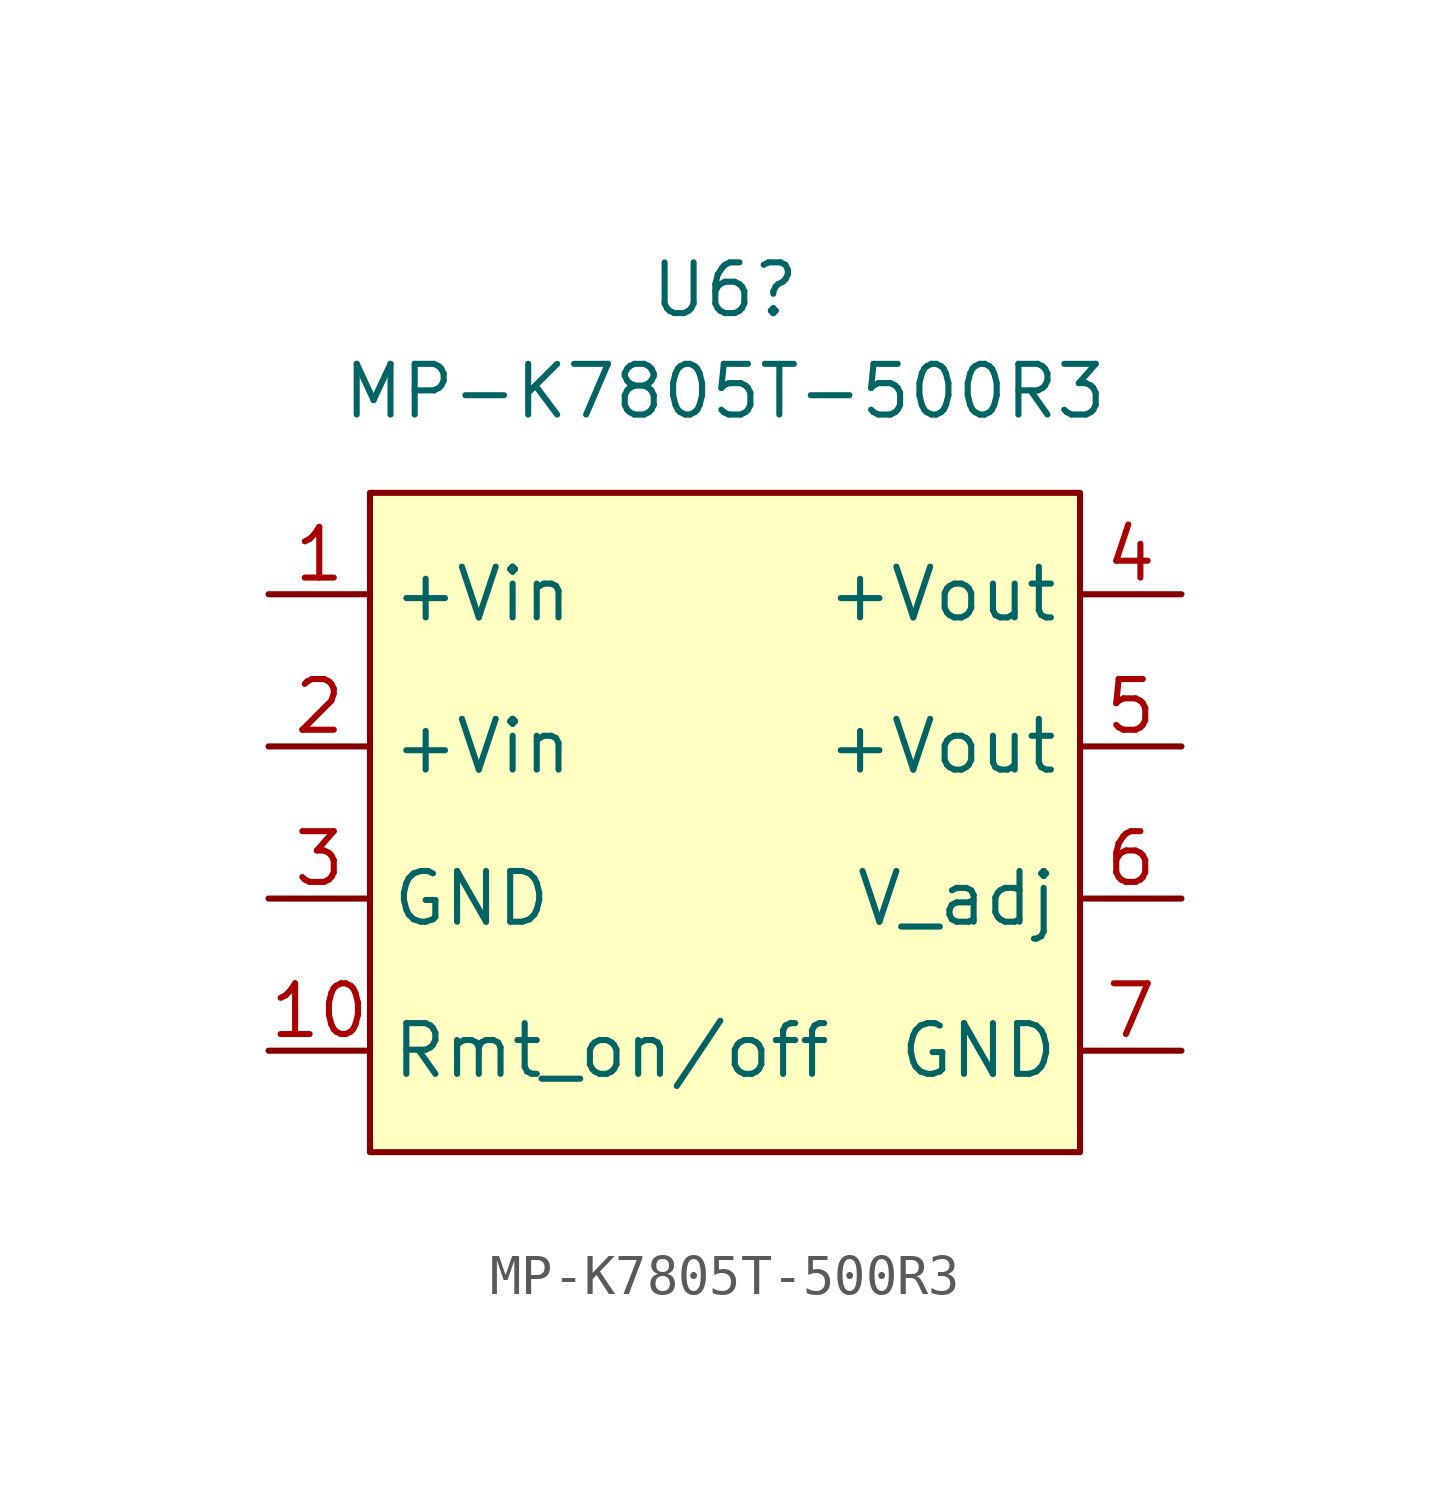
<source format=kicad_sym>
(kicad_symbol_lib
  (version 20211014)
  (generator kicad_symbol_editor)
  (symbol "MP-K7805T-500R3"
    (property "Reference" "U6"
      (at 0 3.81 0)
      (effects (font (size 1.27 1.27))))
    (property "Value" "MP-K7805T-500R3"
      (at 0 1.27 0)
      (effects (font (size 1.27 1.27))))
    (symbol "MP-K7805T-500R3_0_1"
      (rectangle (start -8.89 -1.27) (end 8.89 -17.78) (stroke (width 0) (type default) (color 0 0 0 0)) (fill (type background))))
    (symbol "MP-K7805T-500R3_1_1"
      (pin power_in line (at -11.43 -3.81 0) (length 2.54) (name "+Vin" (effects (font (size 1.27 1.27)))) (number "1" (effects (font (size 1.27 1.27)))))
      (pin input line (at -11.43 -15.24 0) (length 2.54) (name "Rmt_on/off" (effects (font (size 1.27 1.27)))) (number "10" (effects (font (size 1.27 1.27)))))
      (pin power_in line (at -11.43 -7.62 0) (length 2.54) (name "+Vin" (effects (font (size 1.27 1.27)))) (number "2" (effects (font (size 1.27 1.27)))))
      (pin power_in line (at -11.43 -11.43 0) (length 2.54) (name "GND" (effects (font (size 1.27 1.27)))) (number "3" (effects (font (size 1.27 1.27)))))
      (pin power_out line (at 11.43 -3.81 180) (length 2.54) (name "+Vout" (effects (font (size 1.27 1.27)))) (number "4" (effects (font (size 1.27 1.27)))))
      (pin power_out line (at 11.43 -7.62 180) (length 2.54) (name "+Vout" (effects (font (size 1.27 1.27)))) (number "5" (effects (font (size 1.27 1.27)))))
      (pin input line (at 11.43 -11.43 180) (length 2.54) (name "V_adj" (effects (font (size 1.27 1.27)))) (number "6" (effects (font (size 1.27 1.27)))))
      (pin power_out line (at 11.43 -15.24 180) (length 2.54) (name "GND" (effects (font (size 1.27 1.27)))) (number "7" (effects (font (size 1.27 1.27))))))))
</source>
